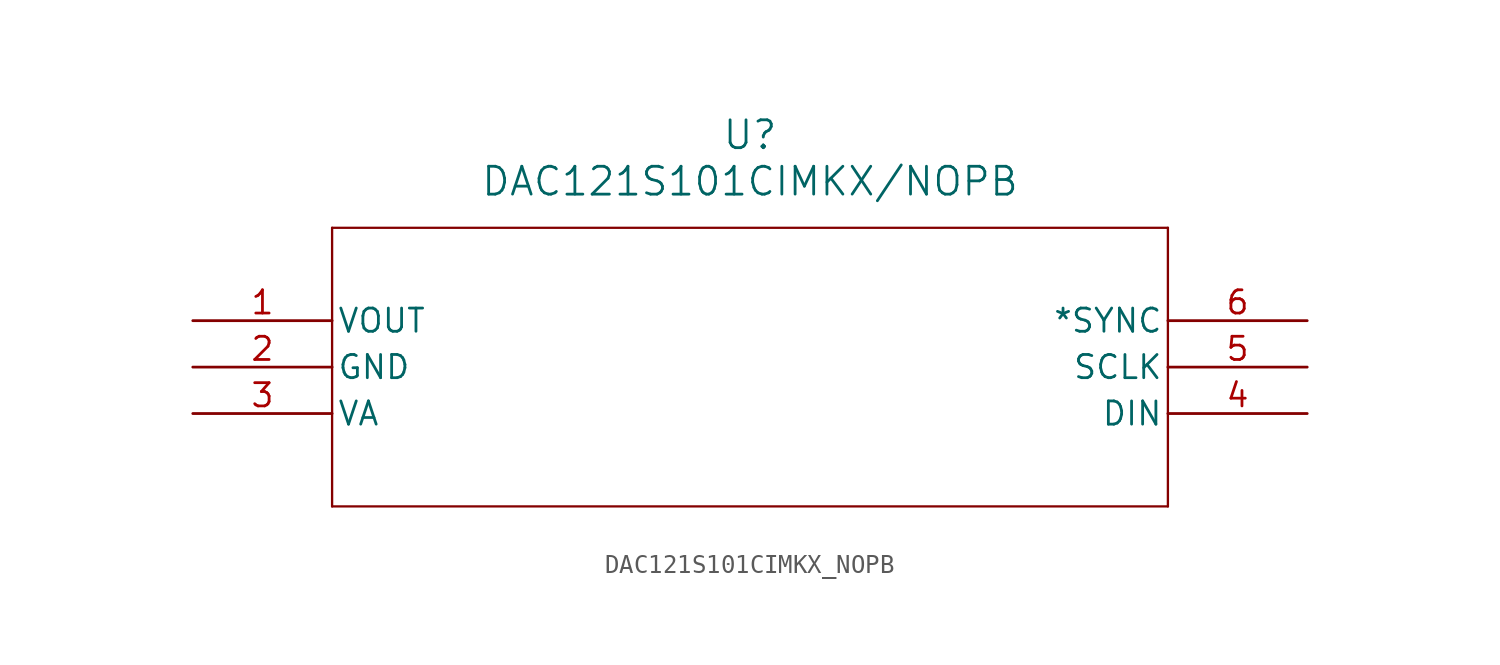
<source format=kicad_sym>
(kicad_symbol_lib
  (version 20211014)
  (generator kicad_symbol_editor)
  (symbol "DAC121S101CIMKX_NOPB"
    (pin_names
      (offset 0.254))
    (property "Reference" "U"
      (at 30.48 10.16 0)
      (effects (font (size 1.524 1.524))))
    (property "Value" "DAC121S101CIMKX/NOPB"
      (at 30.48 7.62 0)
      (effects (font (size 1.524 1.524))))
    (symbol "DAC121S101CIMKX_NOPB_0_1"
      (polyline (pts (xy 7.62 5.08) (xy 7.62 -10.16)) (stroke (width 0.127) (type default) (color 0 0 0 0)) (fill (type none)))
      (polyline (pts (xy 7.62 -10.16) (xy 53.34 -10.16)) (stroke (width 0.127) (type default) (color 0 0 0 0)) (fill (type none)))
      (polyline (pts (xy 53.34 -10.16) (xy 53.34 5.08)) (stroke (width 0.127) (type default) (color 0 0 0 0)) (fill (type none)))
      (polyline (pts (xy 53.34 5.08) (xy 7.62 5.08)) (stroke (width 0.127) (type default) (color 0 0 0 0)) (fill (type none)))
      (pin output line (at 0 0 0) (length 7.62) (name "VOUT" (effects (font (size 1.27 1.27)))) (number "1" (effects (font (size 1.27 1.27)))))
      (pin power_in line (at 0 -2.54 0) (length 7.62) (name "GND" (effects (font (size 1.27 1.27)))) (number "2" (effects (font (size 1.27 1.27)))))
      (pin power_in line (at 0 -5.08 0) (length 7.62) (name "VA" (effects (font (size 1.27 1.27)))) (number "3" (effects (font (size 1.27 1.27)))))
      (pin input line (at 60.96 -5.08 180) (length 7.62) (name "DIN" (effects (font (size 1.27 1.27)))) (number "4" (effects (font (size 1.27 1.27)))))
      (pin input line (at 60.96 -2.54 180) (length 7.62) (name "SCLK" (effects (font (size 1.27 1.27)))) (number "5" (effects (font (size 1.27 1.27)))))
      (pin input line (at 60.96 0 180) (length 7.62) (name "*SYNC" (effects (font (size 1.27 1.27)))) (number "6" (effects (font (size 1.27 1.27))))))))
</source>
